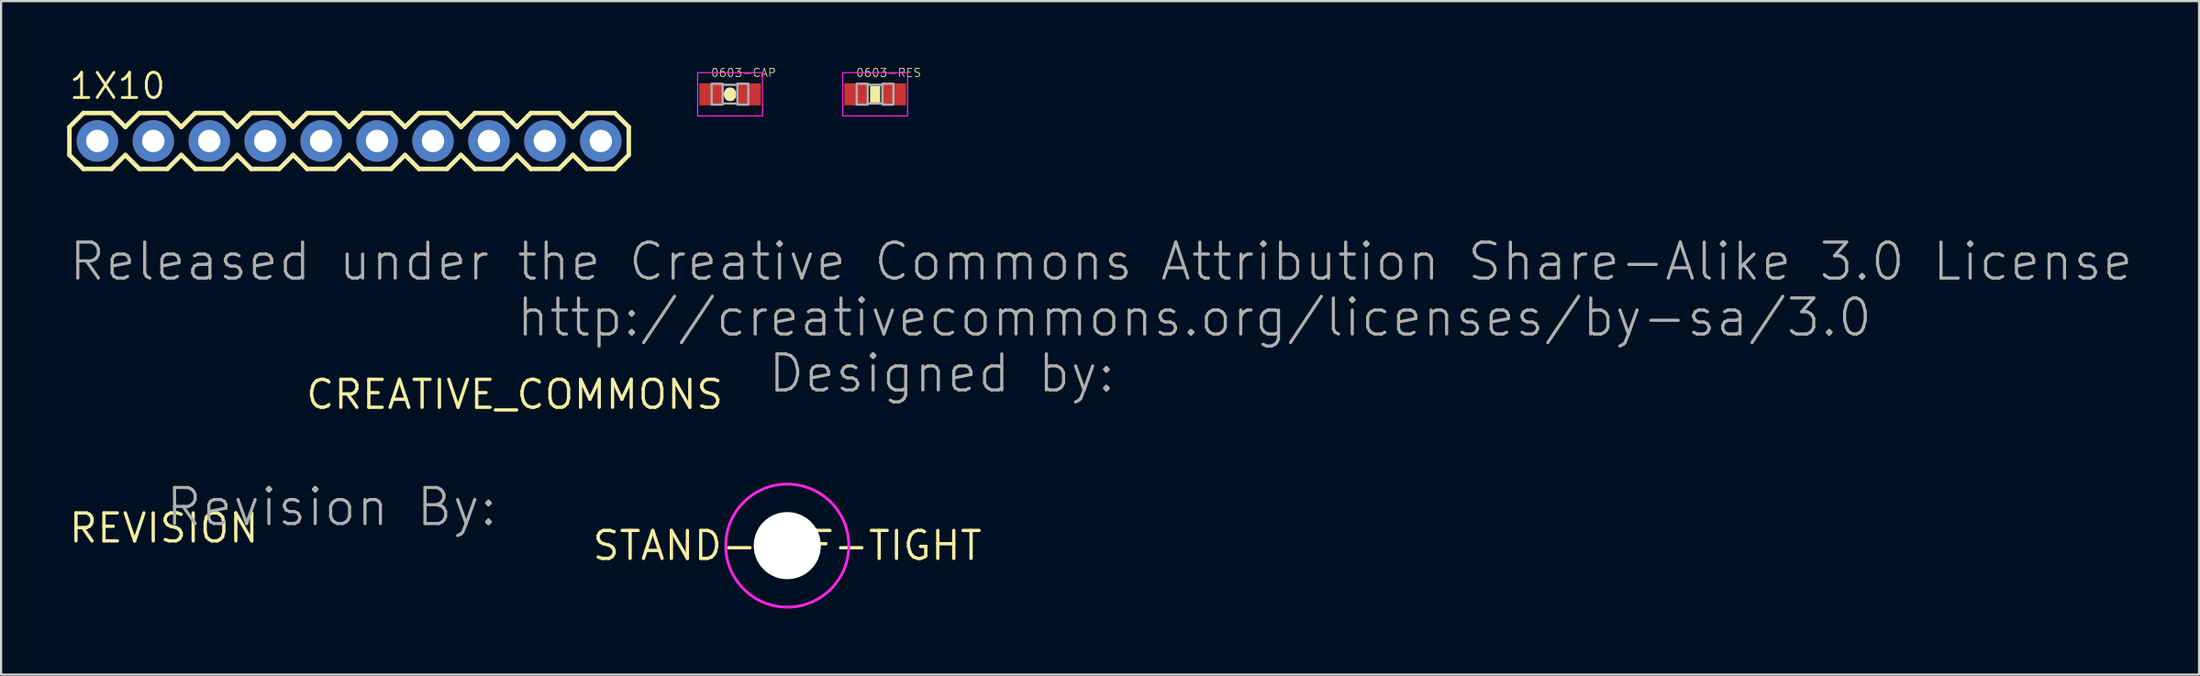
<source format=kicad_pcb>
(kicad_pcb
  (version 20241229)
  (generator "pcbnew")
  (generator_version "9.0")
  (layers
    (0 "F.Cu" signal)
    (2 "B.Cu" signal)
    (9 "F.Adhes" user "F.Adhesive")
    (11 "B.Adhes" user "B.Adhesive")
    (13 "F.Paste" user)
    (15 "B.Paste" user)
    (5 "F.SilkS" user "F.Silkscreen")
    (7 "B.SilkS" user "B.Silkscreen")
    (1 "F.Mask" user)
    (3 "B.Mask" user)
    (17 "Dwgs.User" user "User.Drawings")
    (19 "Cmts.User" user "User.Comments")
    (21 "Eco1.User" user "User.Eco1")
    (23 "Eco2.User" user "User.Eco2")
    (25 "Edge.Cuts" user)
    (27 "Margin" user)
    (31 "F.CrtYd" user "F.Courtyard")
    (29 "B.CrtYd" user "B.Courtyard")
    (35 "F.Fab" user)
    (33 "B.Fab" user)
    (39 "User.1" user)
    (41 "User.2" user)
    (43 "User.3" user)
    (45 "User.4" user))
  (footprint "REVISION"
    (layer "F.Cu")
    (at 4.392 20.936)
    (property "Reference" "REVISION" (at 0 0 0) (layer "F.SilkS") (effects (font (size 1.27 1.27) (thickness 0.15))))
    (fp_text user "Revision By: " (at 0 0 0) (layer "F.Fab") (effects (font (size 1.636 1.636) (thickness 0.142)) (justify left bottom))))
  (footprint "0603-CAP"
    (layer "F.Cu")
    (at 30.102 1.233)
    (property "Reference" "0603-CAP" (at -0.889 -0.762 0) (layer "F.SilkS") (effects (font (size 0.374 0.374) (thickness 0.033)) (justify left bottom)))
    (fp_line (start 0 -0.03) (end 0 0.03) (stroke (width 0.559) (type solid)) (layer "F.SilkS"))
    (fp_poly (pts (xy -0.2 0.3) (xy 0.2 0.3) (xy 0.2 -0.3) (xy -0.2 -0.3)) (stroke (width 0) (type default)) (fill yes) (layer "F.Adhes"))
    (fp_line (start -1.473 -0.983) (end 1.473 -0.983) (stroke (width 0.051) (type solid)) (layer "F.CrtYd"))
    (fp_line (start -1.473 0.983) (end -1.473 -0.983) (stroke (width 0.051) (type solid)) (layer "F.CrtYd"))
    (fp_line (start 1.473 -0.983) (end 1.473 0.983) (stroke (width 0.051) (type solid)) (layer "F.CrtYd"))
    (fp_line (start 1.473 0.983) (end -1.473 0.983) (stroke (width 0.051) (type solid)) (layer "F.CrtYd"))
    (fp_line (start -0.356 -0.432) (end 0.356 -0.432) (stroke (width 0.102) (type solid)) (layer "F.Fab"))
    (fp_line (start -0.356 0.419) (end 0.356 0.419) (stroke (width 0.102) (type solid)) (layer "F.Fab"))
    (fp_poly (pts (xy -0.838 0.47) (xy -0.338 0.47) (xy -0.338 -0.48) (xy -0.838 -0.48)) (stroke (width 0.1) (type default)) (fill no) (layer "F.Fab"))
    (fp_poly (pts (xy 0.33 0.47) (xy 0.83 0.47) (xy 0.83 -0.48) (xy 0.33 -0.48)) (stroke (width 0.1) (type default)) (fill no) (layer "F.Fab"))
    (pad "1" smd rect (at -0.85 0) (size 1.1 1) (layers "F.Cu" "F.Mask" "F.Paste"))
    (pad "2" smd rect (at 0.85 0) (size 1.1 1) (layers "F.Cu" "F.Mask" "F.Paste")))
  (footprint "CREATIVE_COMMONS"
    (layer "F.Cu")
    (at 20.32 14.867)
    (property "Reference" "CREATIVE_COMMONS" (at 0 0 0) (layer "F.SilkS") (effects (font (size 1.27 1.27) (thickness 0.15))))
    (fp_text user "Designed by:" (at 11.43 0 0) (layer "F.Fab") (effects (font (size 1.636 1.636) (thickness 0.142)) (justify left bottom)))
    (fp_text user "Released under the Creative Commons Attribution Share-Alike 3.0 License" (at -20.32 -5.08 0) (layer "F.Fab") (effects (font (size 1.636 1.636) (thickness 0.142)) (justify left bottom)))
    (fp_text user "http://creativecommons.org/licenses/by-sa/3.0" (at 0 -2.54 0) (layer "F.Fab") (effects (font (size 1.636 1.636) (thickness 0.142)) (justify left bottom))))
  (footprint "1X10"
    (layer "F.Cu")
    (at 1.372 3.353)
    (property "Reference" "1X10" (at -1.346 -1.829 0) (layer "F.SilkS") (effects (font (size 1.143 1.143) (thickness 0.127)) (justify left bottom)))
    (fp_line (start -1.27 -0.635) (end -1.27 0.635) (stroke (width 0.203) (type solid)) (layer "F.SilkS"))
    (fp_line (start -1.27 0.635) (end -0.635 1.27) (stroke (width 0.203) (type solid)) (layer "F.SilkS"))
    (fp_line (start -0.635 -1.27) (end -1.27 -0.635) (stroke (width 0.203) (type solid)) (layer "F.SilkS"))
    (fp_line (start -0.635 -1.27) (end 0.635 -1.27) (stroke (width 0.203) (type solid)) (layer "F.SilkS"))
    (fp_line (start 0.635 -1.27) (end 1.27 -0.635) (stroke (width 0.203) (type solid)) (layer "F.SilkS"))
    (fp_line (start 0.635 1.27) (end -0.635 1.27) (stroke (width 0.203) (type solid)) (layer "F.SilkS"))
    (fp_line (start 1.27 -0.635) (end 1.905 -1.27) (stroke (width 0.203) (type solid)) (layer "F.SilkS"))
    (fp_line (start 1.27 0.635) (end 0.635 1.27) (stroke (width 0.203) (type solid)) (layer "F.SilkS"))
    (fp_line (start 1.905 -1.27) (end 3.175 -1.27) (stroke (width 0.203) (type solid)) (layer "F.SilkS"))
    (fp_line (start 1.905 1.27) (end 1.27 0.635) (stroke (width 0.203) (type solid)) (layer "F.SilkS"))
    (fp_line (start 3.175 -1.27) (end 3.81 -0.635) (stroke (width 0.203) (type solid)) (layer "F.SilkS"))
    (fp_line (start 3.175 1.27) (end 1.905 1.27) (stroke (width 0.203) (type solid)) (layer "F.SilkS"))
    (fp_line (start 3.81 -0.635) (end 4.445 -1.27) (stroke (width 0.203) (type solid)) (layer "F.SilkS"))
    (fp_line (start 3.81 0.635) (end 3.175 1.27) (stroke (width 0.203) (type solid)) (layer "F.SilkS"))
    (fp_line (start 4.445 -1.27) (end 5.715 -1.27) (stroke (width 0.203) (type solid)) (layer "F.SilkS"))
    (fp_line (start 4.445 1.27) (end 3.81 0.635) (stroke (width 0.203) (type solid)) (layer "F.SilkS"))
    (fp_line (start 5.715 -1.27) (end 6.35 -0.635) (stroke (width 0.203) (type solid)) (layer "F.SilkS"))
    (fp_line (start 5.715 1.27) (end 4.445 1.27) (stroke (width 0.203) (type solid)) (layer "F.SilkS"))
    (fp_line (start 6.35 0.635) (end 5.715 1.27) (stroke (width 0.203) (type solid)) (layer "F.SilkS"))
    (fp_line (start 6.35 0.635) (end 6.985 1.27) (stroke (width 0.203) (type solid)) (layer "F.SilkS"))
    (fp_line (start 6.985 -1.27) (end 6.35 -0.635) (stroke (width 0.203) (type solid)) (layer "F.SilkS"))
    (fp_line (start 6.985 -1.27) (end 8.255 -1.27) (stroke (width 0.203) (type solid)) (layer "F.SilkS"))
    (fp_line (start 8.255 -1.27) (end 8.89 -0.635) (stroke (width 0.203) (type solid)) (layer "F.SilkS"))
    (fp_line (start 8.255 1.27) (end 6.985 1.27) (stroke (width 0.203) (type solid)) (layer "F.SilkS"))
    (fp_line (start 8.89 -0.635) (end 9.525 -1.27) (stroke (width 0.203) (type solid)) (layer "F.SilkS"))
    (fp_line (start 8.89 0.635) (end 8.255 1.27) (stroke (width 0.203) (type solid)) (layer "F.SilkS"))
    (fp_line (start 9.525 -1.27) (end 10.795 -1.27) (stroke (width 0.203) (type solid)) (layer "F.SilkS"))
    (fp_line (start 9.525 1.27) (end 8.89 0.635) (stroke (width 0.203) (type solid)) (layer "F.SilkS"))
    (fp_line (start 10.795 -1.27) (end 11.43 -0.635) (stroke (width 0.203) (type solid)) (layer "F.SilkS"))
    (fp_line (start 10.795 1.27) (end 9.525 1.27) (stroke (width 0.203) (type solid)) (layer "F.SilkS"))
    (fp_line (start 11.43 -0.635) (end 12.065 -1.27) (stroke (width 0.203) (type solid)) (layer "F.SilkS"))
    (fp_line (start 11.43 0.635) (end 10.795 1.27) (stroke (width 0.203) (type solid)) (layer "F.SilkS"))
    (fp_line (start 12.065 -1.27) (end 13.335 -1.27) (stroke (width 0.203) (type solid)) (layer "F.SilkS"))
    (fp_line (start 12.065 1.27) (end 11.43 0.635) (stroke (width 0.203) (type solid)) (layer "F.SilkS"))
    (fp_line (start 13.335 -1.27) (end 13.97 -0.635) (stroke (width 0.203) (type solid)) (layer "F.SilkS"))
    (fp_line (start 13.335 1.27) (end 12.065 1.27) (stroke (width 0.203) (type solid)) (layer "F.SilkS"))
    (fp_line (start 13.97 0.635) (end 13.335 1.27) (stroke (width 0.203) (type solid)) (layer "F.SilkS"))
    (fp_line (start 13.97 0.635) (end 14.605 1.27) (stroke (width 0.203) (type solid)) (layer "F.SilkS"))
    (fp_line (start 14.605 -1.27) (end 13.97 -0.635) (stroke (width 0.203) (type solid)) (layer "F.SilkS"))
    (fp_line (start 14.605 -1.27) (end 15.875 -1.27) (stroke (width 0.203) (type solid)) (layer "F.SilkS"))
    (fp_line (start 15.875 -1.27) (end 16.51 -0.635) (stroke (width 0.203) (type solid)) (layer "F.SilkS"))
    (fp_line (start 15.875 1.27) (end 14.605 1.27) (stroke (width 0.203) (type solid)) (layer "F.SilkS"))
    (fp_line (start 16.51 0.635) (end 15.875 1.27) (stroke (width 0.203) (type solid)) (layer "F.SilkS"))
    (fp_line (start 16.51 0.635) (end 17.145 1.27) (stroke (width 0.203) (type solid)) (layer "F.SilkS"))
    (fp_line (start 17.145 -1.27) (end 16.51 -0.635) (stroke (width 0.203) (type solid)) (layer "F.SilkS"))
    (fp_line (start 17.145 -1.27) (end 18.415 -1.27) (stroke (width 0.203) (type solid)) (layer "F.SilkS"))
    (fp_line (start 18.415 -1.27) (end 19.05 -0.635) (stroke (width 0.203) (type solid)) (layer "F.SilkS"))
    (fp_line (start 18.415 1.27) (end 17.145 1.27) (stroke (width 0.203) (type solid)) (layer "F.SilkS"))
    (fp_line (start 19.05 0.635) (end 18.415 1.27) (stroke (width 0.203) (type solid)) (layer "F.SilkS"))
    (fp_line (start 19.05 0.635) (end 19.685 1.27) (stroke (width 0.203) (type solid)) (layer "F.SilkS"))
    (fp_line (start 19.685 -1.27) (end 19.05 -0.635) (stroke (width 0.203) (type solid)) (layer "F.SilkS"))
    (fp_line (start 19.685 -1.27) (end 20.955 -1.27) (stroke (width 0.203) (type solid)) (layer "F.SilkS"))
    (fp_line (start 20.955 -1.27) (end 21.59 -0.635) (stroke (width 0.203) (type solid)) (layer "F.SilkS"))
    (fp_line (start 20.955 1.27) (end 19.685 1.27) (stroke (width 0.203) (type solid)) (layer "F.SilkS"))
    (fp_line (start 21.59 0.635) (end 20.955 1.27) (stroke (width 0.203) (type solid)) (layer "F.SilkS"))
    (fp_line (start 21.59 0.635) (end 22.225 1.27) (stroke (width 0.203) (type solid)) (layer "F.SilkS"))
    (fp_line (start 22.225 -1.27) (end 21.59 -0.635) (stroke (width 0.203) (type solid)) (layer "F.SilkS"))
    (fp_line (start 22.225 -1.27) (end 23.495 -1.27) (stroke (width 0.203) (type solid)) (layer "F.SilkS"))
    (fp_line (start 23.495 -1.27) (end 24.13 -0.635) (stroke (width 0.203) (type solid)) (layer "F.SilkS"))
    (fp_line (start 23.495 1.27) (end 22.225 1.27) (stroke (width 0.203) (type solid)) (layer "F.SilkS"))
    (fp_line (start 24.13 -0.635) (end 24.13 0.635) (stroke (width 0.203) (type solid)) (layer "F.SilkS"))
    (fp_line (start 24.13 0.635) (end 23.495 1.27) (stroke (width 0.203) (type solid)) (layer "F.SilkS"))
    (fp_poly (pts (xy -0.254 0.254) (xy 0.254 0.254) (xy 0.254 -0.254) (xy -0.254 -0.254)) (stroke (width 0.1) (type default)) (fill no) (layer "F.Fab"))
    (fp_poly (pts (xy 2.286 0.254) (xy 2.794 0.254) (xy 2.794 -0.254) (xy 2.286 -0.254)) (stroke (width 0.1) (type default)) (fill no) (layer "F.Fab"))
    (fp_poly (pts (xy 4.826 0.254) (xy 5.334 0.254) (xy 5.334 -0.254) (xy 4.826 -0.254)) (stroke (width 0.1) (type default)) (fill no) (layer "F.Fab"))
    (fp_poly (pts (xy 7.366 0.254) (xy 7.874 0.254) (xy 7.874 -0.254) (xy 7.366 -0.254)) (stroke (width 0.1) (type default)) (fill no) (layer "F.Fab"))
    (fp_poly (pts (xy 9.906 0.254) (xy 10.414 0.254) (xy 10.414 -0.254) (xy 9.906 -0.254)) (stroke (width 0.1) (type default)) (fill no) (layer "F.Fab"))
    (fp_poly (pts (xy 12.446 0.254) (xy 12.954 0.254) (xy 12.954 -0.254) (xy 12.446 -0.254)) (stroke (width 0.1) (type default)) (fill no) (layer "F.Fab"))
    (fp_poly (pts (xy 14.986 0.254) (xy 15.494 0.254) (xy 15.494 -0.254) (xy 14.986 -0.254)) (stroke (width 0.1) (type default)) (fill no) (layer "F.Fab"))
    (fp_poly (pts (xy 17.526 0.254) (xy 18.034 0.254) (xy 18.034 -0.254) (xy 17.526 -0.254)) (stroke (width 0.1) (type default)) (fill no) (layer "F.Fab"))
    (fp_poly (pts (xy 20.066 0.254) (xy 20.574 0.254) (xy 20.574 -0.254) (xy 20.066 -0.254)) (stroke (width 0.1) (type default)) (fill no) (layer "F.Fab"))
    (fp_poly (pts (xy 22.606 0.254) (xy 23.114 0.254) (xy 23.114 -0.254) (xy 22.606 -0.254)) (stroke (width 0.1) (type default)) (fill no) (layer "F.Fab"))
    (pad "1" thru_hole circle (at 0 0 90) (size 1.88 1.88) (drill 1.016) (layers "*.Cu" "*.Mask"))
    (pad "2" thru_hole circle (at 2.54 0 90) (size 1.88 1.88) (drill 1.016) (layers "*.Cu" "*.Mask"))
    (pad "3" thru_hole circle (at 5.08 0 90) (size 1.88 1.88) (drill 1.016) (layers "*.Cu" "*.Mask"))
    (pad "4" thru_hole circle (at 7.62 0 90) (size 1.88 1.88) (drill 1.016) (layers "*.Cu" "*.Mask"))
    (pad "5" thru_hole circle (at 10.16 0 90) (size 1.88 1.88) (drill 1.016) (layers "*.Cu" "*.Mask"))
    (pad "6" thru_hole circle (at 12.7 0 90) (size 1.88 1.88) (drill 1.016) (layers "*.Cu" "*.Mask"))
    (pad "7" thru_hole circle (at 15.24 0 90) (size 1.88 1.88) (drill 1.016) (layers "*.Cu" "*.Mask"))
    (pad "8" thru_hole circle (at 17.78 0 90) (size 1.88 1.88) (drill 1.016) (layers "*.Cu" "*.Mask"))
    (pad "9" thru_hole circle (at 20.32 0 90) (size 1.88 1.88) (drill 1.016) (layers "*.Cu" "*.Mask"))
    (pad "10" thru_hole circle (at 22.86 0 90) (size 1.88 1.88) (drill 1.016) (layers "*.Cu" "*.Mask")))
  (footprint "STAND-OFF-TIGHT"
    (layer "F.Cu")
    (at 32.699 21.731)
    (property "Reference" "STAND-OFF-TIGHT" (at 0 0 0) (layer "F.SilkS") (effects (font (size 1.27 1.27) (thickness 0.15))))
    (fp_circle (center 0 0) (end 2.794 0) (stroke (width 0.127) (type solid)) (fill no) (layer "F.CrtYd"))
    (pad "" np_thru_hole circle (at 0 0) (size 3.048 3.048) (drill 3.048) (layers "*.Cu" "*.Mask")))
  (footprint "0603-RES"
    (layer "F.Cu")
    (at 36.689 1.233)
    (property "Reference" "0603-RES" (at -0.889 -0.762 0) (layer "F.SilkS") (effects (font (size 0.374 0.374) (thickness 0.033)) (justify left bottom)))
    (fp_poly (pts (xy -0.229 0.381) (xy 0.229 0.381) (xy 0.229 -0.381) (xy -0.229 -0.381)) (stroke (width 0) (type default)) (fill yes) (layer "F.SilkS"))
    (fp_poly (pts (xy -0.2 0.3) (xy 0.2 0.3) (xy 0.2 -0.3) (xy -0.2 -0.3)) (stroke (width 0) (type default)) (fill yes) (layer "F.Adhes"))
    (fp_line (start -1.473 -0.983) (end 1.473 -0.983) (stroke (width 0.051) (type solid)) (layer "F.CrtYd"))
    (fp_line (start -1.473 0.983) (end -1.473 -0.983) (stroke (width 0.051) (type solid)) (layer "F.CrtYd"))
    (fp_line (start 1.473 -0.983) (end 1.473 0.983) (stroke (width 0.051) (type solid)) (layer "F.CrtYd"))
    (fp_line (start 1.473 0.983) (end -1.473 0.983) (stroke (width 0.051) (type solid)) (layer "F.CrtYd"))
    (fp_line (start -0.356 -0.432) (end 0.356 -0.432) (stroke (width 0.102) (type solid)) (layer "F.Fab"))
    (fp_line (start -0.356 0.419) (end 0.356 0.419) (stroke (width 0.102) (type solid)) (layer "F.Fab"))
    (fp_poly (pts (xy -0.838 0.47) (xy -0.338 0.47) (xy -0.338 -0.48) (xy -0.838 -0.48)) (stroke (width 0.1) (type default)) (fill no) (layer "F.Fab"))
    (fp_poly (pts (xy 0.33 0.47) (xy 0.83 0.47) (xy 0.83 -0.48) (xy 0.33 -0.48)) (stroke (width 0.1) (type default)) (fill no) (layer "F.Fab"))
    (pad "1" smd rect (at -0.85 0) (size 1.1 1) (layers "F.Cu" "F.Mask" "F.Paste"))
    (pad "2" smd rect (at 0.85 0) (size 1.1 1) (layers "F.Cu" "F.Mask" "F.Paste")))
  (gr_rect
    (start -3 -3)
    (end 96.805 27.588)
    (stroke (width 0.1) (type default))
    (fill no)
    (layer "Edge.Cuts")))
</source>
